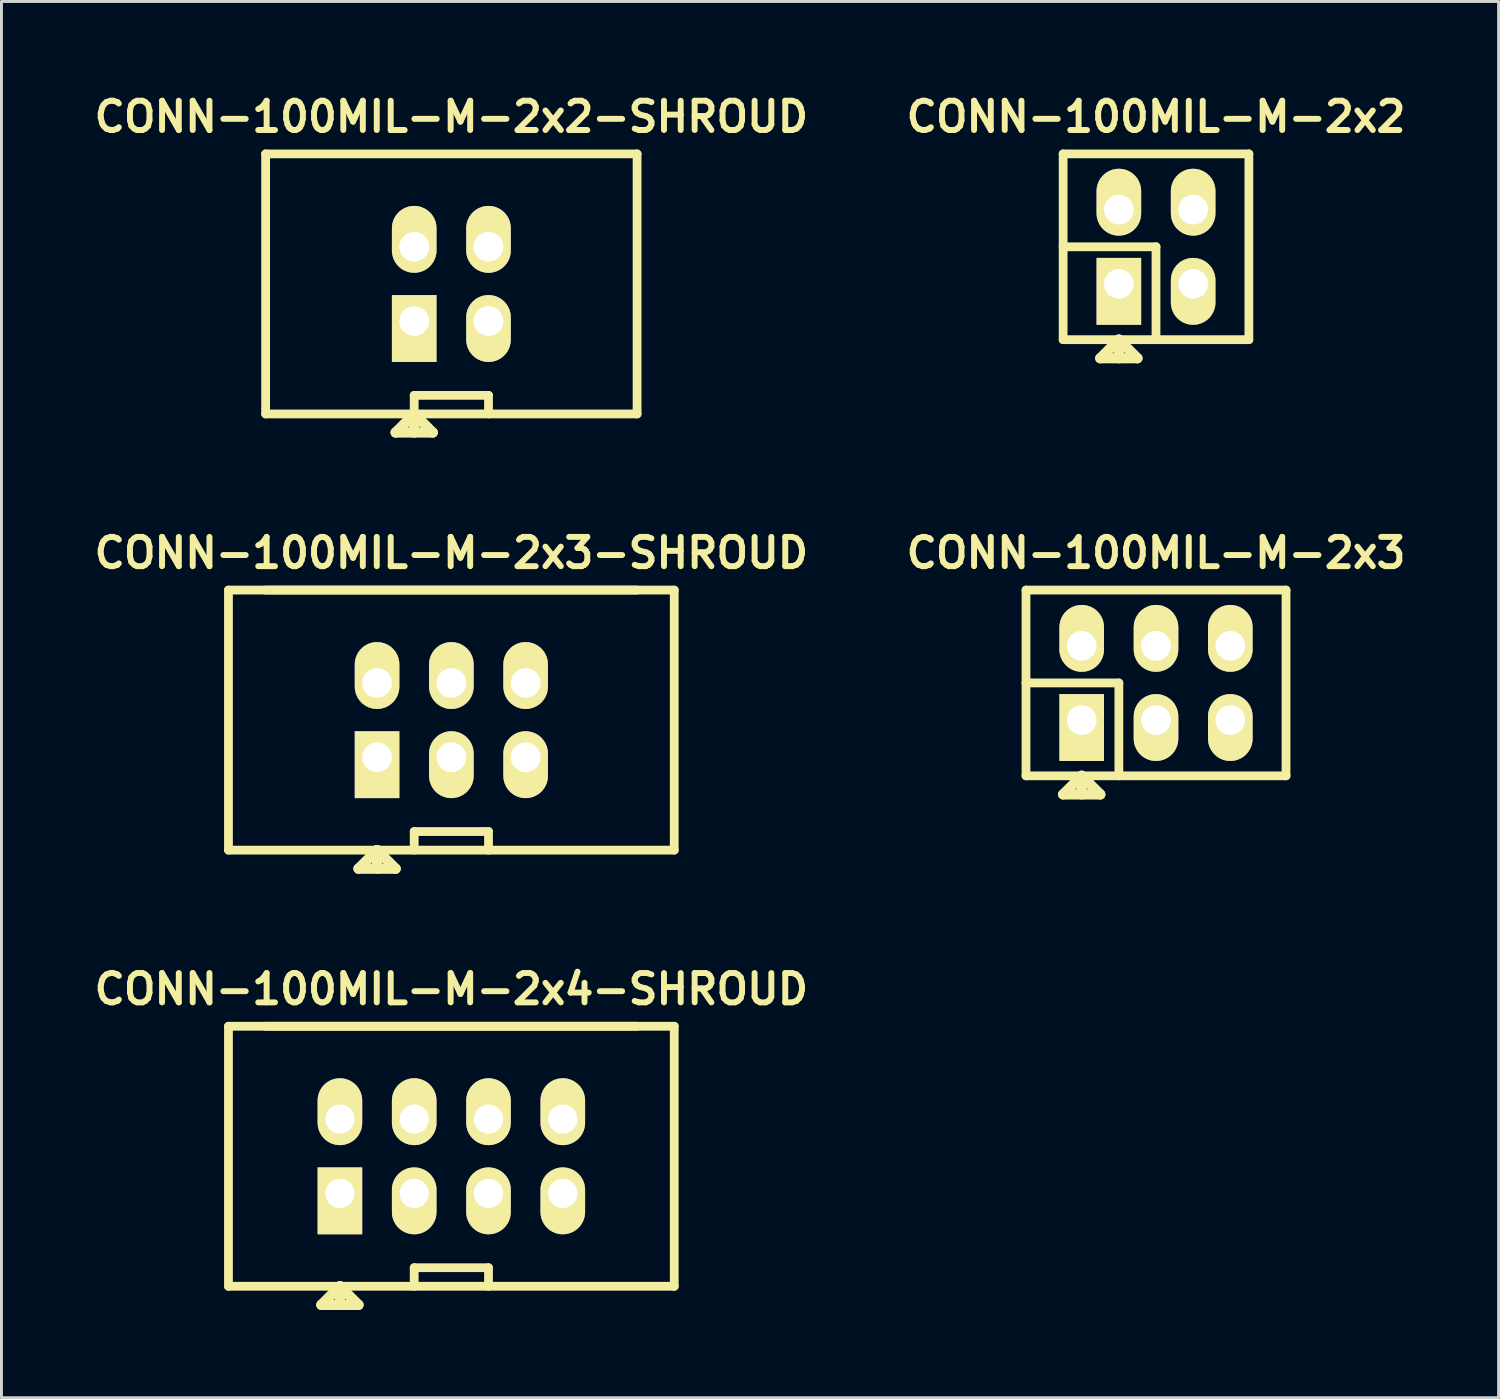
<source format=kicad_pcb>
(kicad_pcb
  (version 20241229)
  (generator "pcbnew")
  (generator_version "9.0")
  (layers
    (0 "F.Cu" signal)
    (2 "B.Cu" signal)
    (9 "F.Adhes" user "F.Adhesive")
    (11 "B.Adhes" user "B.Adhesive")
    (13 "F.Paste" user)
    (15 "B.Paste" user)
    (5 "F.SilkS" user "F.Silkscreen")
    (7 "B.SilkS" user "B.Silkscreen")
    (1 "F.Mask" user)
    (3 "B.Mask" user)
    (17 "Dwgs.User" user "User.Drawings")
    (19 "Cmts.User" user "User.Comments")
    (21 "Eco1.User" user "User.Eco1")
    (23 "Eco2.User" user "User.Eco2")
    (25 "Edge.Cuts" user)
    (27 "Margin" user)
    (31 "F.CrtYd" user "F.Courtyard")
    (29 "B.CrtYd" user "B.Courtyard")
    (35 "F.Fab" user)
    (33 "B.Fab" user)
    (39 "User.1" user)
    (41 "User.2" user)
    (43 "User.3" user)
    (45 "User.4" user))
  (footprint "CONN-100MIL-M-2x4-SHROUD"
    (layer "F.Cu")
    (at 12.381 36.481)
    (property "Reference" "CONN-100MIL-M-2x4-SHROUD" (at 0 -5.715 0) (layer "F.SilkS") (effects (font (size 1.001 1.001) (thickness 0.203))))
    (attr through_hole)
    (fp_line (start -7.62 -4.445) (end 7.62 -4.445) (stroke (width 0.3) (type solid)) (layer "F.SilkS"))
    (fp_line (start -7.62 4.445) (end -7.62 -4.445) (stroke (width 0.3) (type solid)) (layer "F.SilkS"))
    (fp_line (start -6.35 -4.445) (end 6.35 -4.445) (stroke (width 0.3) (type solid)) (layer "F.SilkS"))
    (fp_line (start -4.445 5.08) (end -3.175 5.08) (stroke (width 0.35) (type solid)) (layer "F.SilkS"))
    (fp_line (start -3.81 4.445) (end -4.445 5.08) (stroke (width 0.35) (type solid)) (layer "F.SilkS"))
    (fp_line (start -3.81 4.445) (end -3.81 5.08) (stroke (width 0.35) (type solid)) (layer "F.SilkS"))
    (fp_line (start -3.175 5.08) (end -3.81 4.445) (stroke (width 0.35) (type solid)) (layer "F.SilkS"))
    (fp_line (start -1.27 3.81) (end 1.27 3.81) (stroke (width 0.3) (type solid)) (layer "F.SilkS"))
    (fp_line (start -1.27 4.445) (end -1.27 3.81) (stroke (width 0.3) (type solid)) (layer "F.SilkS"))
    (fp_line (start 1.27 3.81) (end 1.27 4.445) (stroke (width 0.3) (type solid)) (layer "F.SilkS"))
    (fp_line (start 7.62 -4.445) (end 7.62 4.445) (stroke (width 0.3) (type solid)) (layer "F.SilkS"))
    (fp_line (start 7.62 4.445) (end -7.62 4.445) (stroke (width 0.3) (type solid)) (layer "F.SilkS"))
    (pad "1" thru_hole rect (at -3.81 1.27) (size 1.524 2.286) (drill 1 (offset 0 0.254)) (layers "*.Cu" "*.Mask" "F.SilkS"))
    (pad "2" thru_hole oval (at -3.81 -1.27) (size 1.524 2.286) (drill 1 (offset 0 -0.254)) (layers "*.Cu" "*.Mask" "F.SilkS"))
    (pad "3" thru_hole oval (at -1.27 1.27) (size 1.524 2.286) (drill 1 (offset 0 0.254)) (layers "*.Cu" "*.Mask" "F.SilkS"))
    (pad "4" thru_hole oval (at -1.27 -1.27) (size 1.524 2.286) (drill 1 (offset 0 -0.254)) (layers "*.Cu" "*.Mask" "F.SilkS"))
    (pad "5" thru_hole oval (at 1.27 1.27) (size 1.524 2.286) (drill 1 (offset 0 0.254)) (layers "*.Cu" "*.Mask" "F.SilkS"))
    (pad "6" thru_hole oval (at 1.27 -1.27) (size 1.524 2.286) (drill 1 (offset 0 -0.254)) (layers "*.Cu" "*.Mask" "F.SilkS"))
    (pad "7" thru_hole oval (at 3.81 1.27) (size 1.524 2.286) (drill 1 (offset 0 0.254)) (layers "*.Cu" "*.Mask" "F.SilkS"))
    (pad "8" thru_hole oval (at 3.81 -1.27) (size 1.524 2.286) (drill 1 (offset 0 -0.254)) (layers "*.Cu" "*.Mask" "F.SilkS")))
  (footprint "CONN-100MIL-M-2x2-SHROUD"
    (layer "F.Cu")
    (at 12.381 6.657)
    (property "Reference" "CONN-100MIL-M-2x2-SHROUD" (at 0 -5.715 0) (layer "F.SilkS") (effects (font (size 1.001 1.001) (thickness 0.203))))
    (attr through_hole)
    (fp_line (start -6.35 -4.445) (end 6.35 -4.445) (stroke (width 0.3) (type solid)) (layer "F.SilkS"))
    (fp_line (start -6.35 4.445) (end -6.35 -4.445) (stroke (width 0.3) (type solid)) (layer "F.SilkS"))
    (fp_line (start -1.905 5.08) (end -0.635 5.08) (stroke (width 0.35) (type solid)) (layer "F.SilkS"))
    (fp_line (start -1.27 3.81) (end 1.27 3.81) (stroke (width 0.3) (type solid)) (layer "F.SilkS"))
    (fp_line (start -1.27 4.445) (end -1.905 5.08) (stroke (width 0.35) (type solid)) (layer "F.SilkS"))
    (fp_line (start -1.27 4.445) (end -1.27 3.81) (stroke (width 0.3) (type solid)) (layer "F.SilkS"))
    (fp_line (start -1.27 4.445) (end -1.27 5.08) (stroke (width 0.35) (type solid)) (layer "F.SilkS"))
    (fp_line (start -0.635 5.08) (end -1.27 4.445) (stroke (width 0.35) (type solid)) (layer "F.SilkS"))
    (fp_line (start 1.27 3.81) (end 1.27 4.445) (stroke (width 0.3) (type solid)) (layer "F.SilkS"))
    (fp_line (start 6.35 -4.445) (end 6.35 4.445) (stroke (width 0.3) (type solid)) (layer "F.SilkS"))
    (fp_line (start 6.35 4.445) (end -6.35 4.445) (stroke (width 0.3) (type solid)) (layer "F.SilkS"))
    (pad "1" thru_hole rect (at -1.27 1.27) (size 1.524 2.286) (drill 1.016 (offset 0 0.254)) (layers "*.Cu" "*.Mask" "F.SilkS"))
    (pad "2" thru_hole oval (at -1.27 -1.27) (size 1.524 2.286) (drill 1.016 (offset 0 -0.254)) (layers "*.Cu" "*.Mask" "F.SilkS"))
    (pad "3" thru_hole oval (at 1.27 1.27) (size 1.524 2.286) (drill 1.016 (offset 0 0.254)) (layers "*.Cu" "*.Mask" "F.SilkS"))
    (pad "4" thru_hole oval (at 1.27 -1.27) (size 1.524 2.286) (drill 1.016 (offset 0 -0.254)) (layers "*.Cu" "*.Mask" "F.SilkS")))
  (footprint "CONN-100MIL-M-2x3-SHROUD"
    (layer "F.Cu")
    (at 12.381 21.569)
    (property "Reference" "CONN-100MIL-M-2x3-SHROUD" (at 0 -5.715 0) (layer "F.SilkS") (effects (font (size 1.001 1.001) (thickness 0.203))))
    (attr through_hole)
    (fp_line (start -7.62 -4.445) (end 7.62 -4.445) (stroke (width 0.3) (type solid)) (layer "F.SilkS"))
    (fp_line (start -7.62 4.445) (end -7.62 -4.445) (stroke (width 0.3) (type solid)) (layer "F.SilkS"))
    (fp_line (start -6.35 -4.445) (end 6.35 -4.445) (stroke (width 0.3) (type solid)) (layer "F.SilkS"))
    (fp_line (start -3.175 5.08) (end -1.905 5.08) (stroke (width 0.35) (type solid)) (layer "F.SilkS"))
    (fp_line (start -2.54 4.445) (end -3.175 5.08) (stroke (width 0.35) (type solid)) (layer "F.SilkS"))
    (fp_line (start -2.54 4.445) (end -2.54 5.08) (stroke (width 0.35) (type solid)) (layer "F.SilkS"))
    (fp_line (start -1.905 5.08) (end -2.54 4.445) (stroke (width 0.35) (type solid)) (layer "F.SilkS"))
    (fp_line (start -1.27 3.81) (end 1.27 3.81) (stroke (width 0.3) (type solid)) (layer "F.SilkS"))
    (fp_line (start -1.27 4.445) (end -1.27 3.81) (stroke (width 0.3) (type solid)) (layer "F.SilkS"))
    (fp_line (start 1.27 3.81) (end 1.27 4.445) (stroke (width 0.3) (type solid)) (layer "F.SilkS"))
    (fp_line (start 7.62 -4.445) (end 7.62 4.445) (stroke (width 0.3) (type solid)) (layer "F.SilkS"))
    (fp_line (start 7.62 4.445) (end -7.62 4.445) (stroke (width 0.3) (type solid)) (layer "F.SilkS"))
    (pad "1" thru_hole rect (at -2.54 1.27) (size 1.524 2.286) (drill 1.016 (offset 0 0.254)) (layers "*.Cu" "*.Mask" "F.SilkS"))
    (pad "2" thru_hole oval (at -2.54 -1.27) (size 1.524 2.286) (drill 1.016 (offset 0 -0.254)) (layers "*.Cu" "*.Mask" "F.SilkS"))
    (pad "3" thru_hole oval (at 0 1.27) (size 1.524 2.286) (drill 1.016 (offset 0 0.254)) (layers "*.Cu" "*.Mask" "F.SilkS"))
    (pad "4" thru_hole oval (at 0 -1.27) (size 1.524 2.286) (drill 1.016 (offset 0 -0.254)) (layers "*.Cu" "*.Mask" "F.SilkS"))
    (pad "5" thru_hole oval (at 2.54 1.27) (size 1.524 2.286) (drill 1.016 (offset 0 0.254)) (layers "*.Cu" "*.Mask" "F.SilkS"))
    (pad "6" thru_hole oval (at 2.54 -1.27) (size 1.524 2.286) (drill 1.016 (offset 0 -0.254)) (layers "*.Cu" "*.Mask" "F.SilkS")))
  (footprint "CONN-100MIL-M-2x2"
    (layer "F.Cu")
    (at 36.472 5.387)
    (property "Reference" "CONN-100MIL-M-2x2" (at 0 -4.445 0) (layer "F.SilkS") (effects (font (size 1.001 1.001) (thickness 0.203))))
    (attr through_hole)
    (fp_line (start -3.175 -3.175) (end 3.175 -3.175) (stroke (width 0.3) (type solid)) (layer "F.SilkS"))
    (fp_line (start -3.175 0) (end 0 0) (stroke (width 0.3) (type solid)) (layer "F.SilkS"))
    (fp_line (start -3.175 3.175) (end -3.175 -3.175) (stroke (width 0.3) (type solid)) (layer "F.SilkS"))
    (fp_line (start -1.905 3.81) (end -0.635 3.81) (stroke (width 0.35) (type solid)) (layer "F.SilkS"))
    (fp_line (start -1.27 3.175) (end -1.905 3.81) (stroke (width 0.35) (type solid)) (layer "F.SilkS"))
    (fp_line (start -1.27 3.175) (end -1.27 3.81) (stroke (width 0.35) (type solid)) (layer "F.SilkS"))
    (fp_line (start -0.635 3.81) (end -1.27 3.175) (stroke (width 0.35) (type solid)) (layer "F.SilkS"))
    (fp_line (start 0 0) (end 0 3.175) (stroke (width 0.3) (type solid)) (layer "F.SilkS"))
    (fp_line (start 3.175 -3.175) (end 3.175 3.175) (stroke (width 0.3) (type solid)) (layer "F.SilkS"))
    (fp_line (start 3.175 3.175) (end -3.175 3.175) (stroke (width 0.3) (type solid)) (layer "F.SilkS"))
    (pad "1" thru_hole rect (at -1.27 1.27) (size 1.524 2.286) (drill 1.016 (offset 0 0.254)) (layers "*.Cu" "*.Mask" "F.SilkS"))
    (pad "2" thru_hole oval (at -1.27 -1.27) (size 1.524 2.286) (drill 1.016 (offset 0 -0.254)) (layers "*.Cu" "*.Mask" "F.SilkS"))
    (pad "3" thru_hole oval (at 1.27 1.27) (size 1.524 2.286) (drill 1.016 (offset 0 0.254)) (layers "*.Cu" "*.Mask" "F.SilkS"))
    (pad "4" thru_hole oval (at 1.27 -1.27) (size 1.524 2.286) (drill 1.016 (offset 0 -0.254)) (layers "*.Cu" "*.Mask" "F.SilkS")))
  (footprint "CONN-100MIL-M-2x3"
    (layer "F.Cu")
    (at 36.472 20.299)
    (property "Reference" "CONN-100MIL-M-2x3" (at 0 -4.445 0) (layer "F.SilkS") (effects (font (size 1.001 1.001) (thickness 0.203))))
    (attr through_hole)
    (fp_line (start -4.445 -3.175) (end 4.445 -3.175) (stroke (width 0.3) (type solid)) (layer "F.SilkS"))
    (fp_line (start -4.445 0) (end -1.27 0) (stroke (width 0.3) (type solid)) (layer "F.SilkS"))
    (fp_line (start -4.445 3.175) (end -4.445 -3.175) (stroke (width 0.3) (type solid)) (layer "F.SilkS"))
    (fp_line (start -3.175 3.81) (end -1.905 3.81) (stroke (width 0.35) (type solid)) (layer "F.SilkS"))
    (fp_line (start -2.54 3.175) (end -3.175 3.81) (stroke (width 0.35) (type solid)) (layer "F.SilkS"))
    (fp_line (start -2.54 3.175) (end -2.54 3.81) (stroke (width 0.35) (type solid)) (layer "F.SilkS"))
    (fp_line (start -1.905 3.81) (end -2.54 3.175) (stroke (width 0.35) (type solid)) (layer "F.SilkS"))
    (fp_line (start -1.27 0) (end -1.27 3.175) (stroke (width 0.3) (type solid)) (layer "F.SilkS"))
    (fp_line (start 4.445 -3.175) (end 4.445 3.175) (stroke (width 0.3) (type solid)) (layer "F.SilkS"))
    (fp_line (start 4.445 3.175) (end -4.445 3.175) (stroke (width 0.3) (type solid)) (layer "F.SilkS"))
    (pad "1" thru_hole rect (at -2.54 1.27) (size 1.524 2.286) (drill 1.016 (offset 0 0.254)) (layers "*.Cu" "*.Mask" "F.SilkS"))
    (pad "2" thru_hole oval (at -2.54 -1.27) (size 1.524 2.286) (drill 1.016 (offset 0 -0.254)) (layers "*.Cu" "*.Mask" "F.SilkS"))
    (pad "3" thru_hole oval (at 0 1.27) (size 1.524 2.286) (drill 1.016 (offset 0 0.254)) (layers "*.Cu" "*.Mask" "F.SilkS"))
    (pad "4" thru_hole oval (at 0 -1.27) (size 1.524 2.286) (drill 1.016 (offset 0 -0.254)) (layers "*.Cu" "*.Mask" "F.SilkS"))
    (pad "5" thru_hole oval (at 2.54 1.27) (size 1.524 2.286) (drill 1.016 (offset 0 0.254)) (layers "*.Cu" "*.Mask" "F.SilkS"))
    (pad "6" thru_hole oval (at 2.54 -1.27) (size 1.524 2.286) (drill 1.016 (offset 0 -0.254)) (layers "*.Cu" "*.Mask" "F.SilkS")))
  (gr_rect
    (start -3 -3)
    (end 48.184 44.736)
    (stroke (width 0.1) (type default))
    (fill no)
    (layer "Edge.Cuts")))
</source>
